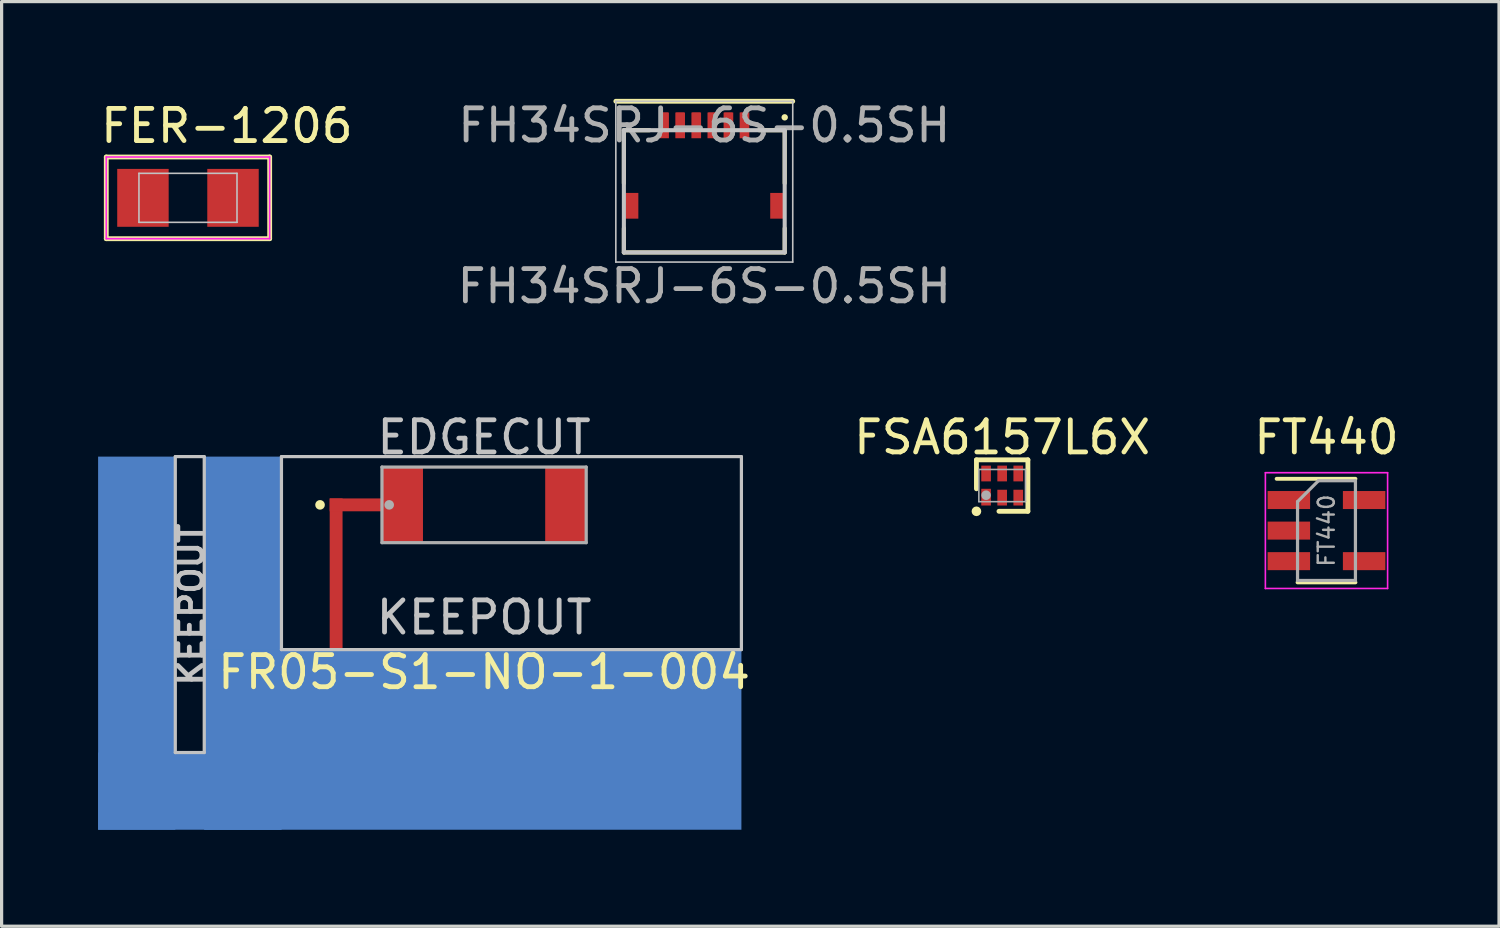
<source format=kicad_pcb>
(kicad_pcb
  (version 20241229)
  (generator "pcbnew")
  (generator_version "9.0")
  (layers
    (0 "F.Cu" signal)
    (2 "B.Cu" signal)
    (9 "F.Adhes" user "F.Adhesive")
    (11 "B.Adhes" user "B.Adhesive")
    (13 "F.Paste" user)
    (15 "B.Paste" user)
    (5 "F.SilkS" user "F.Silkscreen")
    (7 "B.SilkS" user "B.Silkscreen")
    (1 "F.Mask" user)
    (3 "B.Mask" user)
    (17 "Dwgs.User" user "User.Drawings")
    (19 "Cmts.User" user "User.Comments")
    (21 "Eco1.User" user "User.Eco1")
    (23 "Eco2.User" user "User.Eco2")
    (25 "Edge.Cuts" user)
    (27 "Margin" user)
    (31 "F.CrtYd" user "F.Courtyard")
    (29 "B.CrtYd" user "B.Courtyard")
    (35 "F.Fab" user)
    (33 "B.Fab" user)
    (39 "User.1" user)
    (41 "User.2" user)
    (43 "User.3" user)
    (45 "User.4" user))
  (footprint "FSA6157L6X"
    (layer "F.Cu")
    (at 28.107 12.046)
    (property "Reference" "FSA6157L6X" (at 0 -1.5 0) (layer "F.SilkS") (effects (font (size 1 1) (thickness 0.15))))
    (attr smd)
    (fp_line (start -0.8 -0.8) (end 0.8 -0.8) (stroke (width 0.15) (type solid)) (layer "F.SilkS"))
    (fp_line (start -0.8 0.1) (end -0.8 -0.8) (stroke (width 0.15) (type solid)) (layer "F.SilkS"))
    (fp_line (start 0.8 -0.8) (end 0.8 0.8) (stroke (width 0.15) (type solid)) (layer "F.SilkS"))
    (fp_line (start 0.8 0.8) (end -0.1 0.8) (stroke (width 0.15) (type solid)) (layer "F.SilkS"))
    (fp_circle (center -0.8 0.8) (end -0.8 0.875) (stroke (width 0.15) (type solid)) (fill no) (layer "F.SilkS"))
    (fp_line (start -0.725 -0.5) (end 0.725 -0.5) (stroke (width 0.05) (type solid)) (layer "F.Fab"))
    (fp_line (start -0.725 0.5) (end -0.725 -0.5) (stroke (width 0.05) (type solid)) (layer "F.Fab"))
    (fp_line (start 0.725 -0.5) (end 0.725 0.5) (stroke (width 0.05) (type solid)) (layer "F.Fab"))
    (fp_line (start 0.725 0.5) (end -0.725 0.5) (stroke (width 0.05) (type solid)) (layer "F.Fab"))
    (fp_circle (center -0.5 0.3) (end -0.425 0.3) (stroke (width 0.15) (type solid)) (fill no) (layer "F.Fab"))
    (pad "1" smd rect (at -0.5 0.36) (size 0.3 0.52) (layers "F.Cu" "F.Mask" "F.Paste"))
    (pad "2" smd rect (at 0 0.375) (size 0.3 0.49) (layers "F.Cu" "F.Mask" "F.Paste"))
    (pad "3" smd rect (at 0.5 0.375) (size 0.3 0.49) (layers "F.Cu" "F.Mask" "F.Paste"))
    (pad "4" smd rect (at 0.5 -0.375) (size 0.3 0.49) (layers "F.Cu" "F.Mask" "F.Paste"))
    (pad "5" smd rect (at 0 -0.375) (size 0.3 0.49) (layers "F.Cu" "F.Mask" "F.Paste"))
    (pad "6" smd rect (at -0.5 -0.375) (size 0.3 0.49) (layers "F.Cu" "F.Mask" "F.Paste")))
  (footprint "FT440"
    (layer "F.Cu")
    (at 38.19 13.446)
    (property "Reference" "FT440" (at 0 -2.9 0) (layer "F.SilkS") (effects (font (size 1 1) (thickness 0.15))))
    (attr smd)
    (fp_line (start -0.9 1.61) (end 0.9 1.61) (stroke (width 0.12) (type solid)) (layer "F.SilkS"))
    (fp_line (start 0.9 -1.61) (end -1.55 -1.61) (stroke (width 0.12) (type solid)) (layer "F.SilkS"))
    (fp_line (start -1.9 -1.8) (end 1.9 -1.8) (stroke (width 0.05) (type solid)) (layer "F.CrtYd"))
    (fp_line (start -1.9 1.8) (end -1.9 -1.8) (stroke (width 0.05) (type solid)) (layer "F.CrtYd"))
    (fp_line (start 1.9 -1.8) (end 1.9 1.8) (stroke (width 0.05) (type solid)) (layer "F.CrtYd"))
    (fp_line (start 1.9 1.8) (end -1.9 1.8) (stroke (width 0.05) (type solid)) (layer "F.CrtYd"))
    (fp_line (start -0.9 -0.9) (end -0.9 1.55) (stroke (width 0.1) (type solid)) (layer "F.Fab"))
    (fp_line (start -0.9 -0.9) (end -0.25 -1.55) (stroke (width 0.1) (type solid)) (layer "F.Fab"))
    (fp_line (start 0.9 -1.55) (end -0.25 -1.55) (stroke (width 0.1) (type solid)) (layer "F.Fab"))
    (fp_line (start 0.9 -1.55) (end 0.9 1.55) (stroke (width 0.1) (type solid)) (layer "F.Fab"))
    (fp_line (start 0.9 1.55) (end -0.9 1.55) (stroke (width 0.1) (type solid)) (layer "F.Fab"))
    (fp_text user "${REFERENCE}" (at 0 0 90) (layer "F.Fab") (effects (font (size 0.5 0.5) (thickness 0.075))))
    (pad "1" smd rect (at -1.17 -0.95) (size 1.32 0.56) (layers "F.Cu" "F.Mask" "F.Paste"))
    (pad "2" smd rect (at -1.17 0) (size 1.32 0.56) (layers "F.Cu" "F.Mask" "F.Paste"))
    (pad "3" smd rect (at -1.17 0.95) (size 1.32 0.56) (layers "F.Cu" "F.Mask" "F.Paste"))
    (pad "4" smd rect (at 1.17 0.95) (size 1.32 0.56) (layers "F.Cu" "F.Mask" "F.Paste"))
    (pad "5" smd rect (at 1.17 -0.95) (size 1.32 0.56) (layers "F.Cu" "F.Mask" "F.Paste")))
  (footprint "FER-1206"
    (layer "F.Cu")
    (at 2.794 3.101)
    (property "Reference" "FER-1206" (at -2.794 -1.651 0) (layer "F.SilkS") (effects (font (size 1 1) (thickness 0.15)) (justify left bottom)))
    (attr through_hole)
    (fp_line (start -2.54 -1.27) (end -2.54 1.27) (stroke (width 0.15) (type solid)) (layer "F.SilkS"))
    (fp_line (start -2.54 1.27) (end 2.54 1.27) (stroke (width 0.15) (type solid)) (layer "F.SilkS"))
    (fp_line (start 2.54 -1.27) (end -2.54 -1.27) (stroke (width 0.15) (type solid)) (layer "F.SilkS"))
    (fp_line (start 2.54 1.27) (end 2.54 -1.27) (stroke (width 0.15) (type solid)) (layer "F.SilkS"))
    (fp_line (start -1.524 -0.762) (end 1.524 -0.762) (stroke (width 0.05) (type solid)) (layer "Dwgs.User"))
    (fp_line (start -1.524 0.762) (end -1.524 -0.762) (stroke (width 0.05) (type solid)) (layer "Dwgs.User"))
    (fp_line (start 1.524 -0.762) (end 1.524 0.762) (stroke (width 0.05) (type solid)) (layer "Dwgs.User"))
    (fp_line (start 1.524 0.762) (end -1.524 0.762) (stroke (width 0.05) (type solid)) (layer "Dwgs.User"))
    (fp_line (start -2.54 -1.27) (end 2.54 -1.27) (stroke (width 0.05) (type solid)) (layer "F.CrtYd"))
    (fp_line (start -2.54 1.27) (end -2.54 -1.27) (stroke (width 0.05) (type solid)) (layer "F.CrtYd"))
    (fp_line (start 2.54 -1.27) (end 2.54 1.27) (stroke (width 0.05) (type solid)) (layer "F.CrtYd"))
    (fp_line (start 2.54 1.27) (end -2.54 1.27) (stroke (width 0.05) (type solid)) (layer "F.CrtYd"))
    (pad "1" smd rect (at -1.4 0) (size 1.6 1.8) (layers "F.Cu" "F.Mask" "F.Paste"))
    (pad "2" smd rect (at 1.4 0) (size 1.6 1.8) (layers "F.Cu" "F.Mask" "F.Paste")))
  (footprint "FH34SRJ-6S-0.5SH"
    (layer "F.Cu")
    (at 18.846 0.848)
    (property "Reference" "FH34SRJ-6S-0.5SH" (at 0 5 0) (layer "F.Fab") (effects (font (size 1.003 1.003) (thickness 0.15))))
    (attr smd)
    (fp_line (start -2.75 -0.75) (end 2.75 -0.75) (stroke (width 0.15) (type solid)) (layer "F.SilkS"))
    (fp_line (start -2.5 0.15) (end -2.5 1.8) (stroke (width 0.127) (type solid)) (layer "F.SilkS"))
    (fp_line (start -2.5 3.2) (end -2.5 3.95) (stroke (width 0.127) (type solid)) (layer "F.SilkS"))
    (fp_line (start -2.5 3.95) (end 2.5 3.95) (stroke (width 0.127) (type solid)) (layer "F.SilkS"))
    (fp_line (start -1.7 0.15) (end -2.5 0.15) (stroke (width 0.127) (type solid)) (layer "F.SilkS"))
    (fp_line (start 1.7 0.15) (end 2.5 0.15) (stroke (width 0.127) (type solid)) (layer "F.SilkS"))
    (fp_line (start 2.5 0.15) (end 2.5 1.8) (stroke (width 0.127) (type solid)) (layer "F.SilkS"))
    (fp_line (start 2.5 3.95) (end 2.5 3.2) (stroke (width 0.127) (type solid)) (layer "F.SilkS"))
    (fp_circle (center 2.5 -0.25) (end 2.55 -0.25) (stroke (width 0.1) (type solid)) (fill no) (layer "F.SilkS"))
    (fp_line (start -2.75 -0.75) (end 2.75 -0.75) (stroke (width 0.05) (type solid)) (layer "Dwgs.User"))
    (fp_line (start -2.75 4.25) (end -2.75 -0.75) (stroke (width 0.05) (type solid)) (layer "Dwgs.User"))
    (fp_line (start -2.5 0.15) (end 2.5 0.15) (stroke (width 0.127) (type solid)) (layer "Dwgs.User"))
    (fp_line (start -2.5 3.95) (end -2.5 0.15) (stroke (width 0.127) (type solid)) (layer "Dwgs.User"))
    (fp_line (start 2.5 0.15) (end 2.5 3.95) (stroke (width 0.127) (type solid)) (layer "Dwgs.User"))
    (fp_line (start 2.5 3.95) (end -2.5 3.95) (stroke (width 0.127) (type solid)) (layer "Dwgs.User"))
    (fp_line (start 2.75 -0.75) (end 2.75 4.25) (stroke (width 0.05) (type solid)) (layer "Dwgs.User"))
    (fp_line (start 2.75 4.25) (end -2.75 4.25) (stroke (width 0.05) (type solid)) (layer "Dwgs.User"))
    (fp_text user "${REFERENCE}" (at 0 0 0) (layer "F.Fab") (effects (font (size 1 1) (thickness 0.15))))
    (pad "1" smd rect (at 1.25 -0.075) (size 0.25 0.65) (layers "F.Cu" "F.Paste"))
    (pad "1" smd rect (at 1.25 0) (size 0.3 0.8) (layers "F.Cu" "F.Mask" "F.Paste"))
    (pad "2" smd rect (at 0.75 -0.075) (size 0.25 0.65) (layers "F.Cu" "F.Paste"))
    (pad "2" smd rect (at 0.75 0) (size 0.3 0.8) (layers "F.Cu" "F.Mask" "F.Paste"))
    (pad "3" smd rect (at 0.25 -0.075) (size 0.25 0.65) (layers "F.Cu" "F.Paste"))
    (pad "3" smd rect (at 0.25 0) (size 0.3 0.8) (layers "F.Cu" "F.Mask" "F.Paste"))
    (pad "4" smd rect (at -0.25 -0.075) (size 0.25 0.65) (layers "F.Cu" "F.Paste"))
    (pad "4" smd rect (at -0.25 0) (size 0.3 0.8) (layers "F.Cu" "F.Mask" "F.Paste"))
    (pad "5" smd rect (at -0.75 -0.075) (size 0.25 0.65) (layers "F.Cu" "F.Paste"))
    (pad "5" smd rect (at -0.75 0) (size 0.3 0.8) (layers "F.Cu" "F.Mask" "F.Paste"))
    (pad "6" smd rect (at -1.25 -0.075) (size 0.25 0.65) (layers "F.Cu" "F.Paste"))
    (pad "6" smd rect (at -1.25 0) (size 0.3 0.8) (layers "F.Cu" "F.Mask" "F.Paste"))
    (pad "7" smd rect (at -2.25 2.5) (size 0.4 0.8) (layers "F.Cu" "F.Mask" "F.Paste"))
    (pad "7" smd rect (at 2.25 2.5) (size 0.4 0.8) (layers "F.Cu" "F.Mask" "F.Paste")))
  (footprint "FR05-S1-NO-1-004"
    (layer "F.Cu")
    (at 12 12.646)
    (property "Reference" "FR05-S1-NO-1-004" (at 0 5.2 0) (layer "F.SilkS") (effects (font (size 1 1) (thickness 0.15))))
    (attr smd)
    (fp_circle (center -5.1 0) (end -5.025 0) (stroke (width 0.15) (type solid)) (fill no) (layer "F.SilkS"))
    (fp_line (start -9.6 -1.5) (end -9.6 7.7) (stroke (width 0.1) (type solid)) (layer "Dwgs.User"))
    (fp_line (start -9.6 7.7) (end -8.7 7.7) (stroke (width 0.1) (type solid)) (layer "Dwgs.User"))
    (fp_line (start -8.7 -1.5) (end -9.6 -1.5) (stroke (width 0.1) (type solid)) (layer "Dwgs.User"))
    (fp_line (start -8.7 7.7) (end -8.7 -1.5) (stroke (width 0.1) (type solid)) (layer "Dwgs.User"))
    (fp_line (start -6.3 -1.5) (end -6.3 4.5) (stroke (width 0.1) (type solid)) (layer "Dwgs.User"))
    (fp_line (start -6.3 4.5) (end 8 4.5) (stroke (width 0.1) (type solid)) (layer "Dwgs.User"))
    (fp_line (start 8 -1.5) (end -6.3 -1.5) (stroke (width 0.1) (type solid)) (layer "Dwgs.User"))
    (fp_line (start 8 4.5) (end 8 -1.5) (stroke (width 0.1) (type solid)) (layer "Dwgs.User"))
    (fp_line (start -3.175 -1.175) (end -3.175 1.175) (stroke (width 0.1) (type solid)) (layer "F.Fab"))
    (fp_line (start -3.175 1.175) (end 3.175 1.175) (stroke (width 0.1) (type solid)) (layer "F.Fab"))
    (fp_line (start 3.175 -1.175) (end -3.175 -1.175) (stroke (width 0.1) (type solid)) (layer "F.Fab"))
    (fp_line (start 3.175 1.175) (end 3.175 -1.175) (stroke (width 0.1) (type solid)) (layer "F.Fab"))
    (fp_circle (center -2.95 0) (end -2.875 0) (stroke (width 0.15) (type solid)) (fill no) (layer "F.Fab"))
    (fp_text user "KEEPOUT" (at 0 3.5 0) (layer "Dwgs.User") (effects (font (size 1 1) (thickness 0.15))))
    (fp_text user "KEEPOUT" (at -9.11 3.1 90) (layer "Dwgs.User") (effects (font (size 0.75 0.75) (thickness 0.15))))
    (fp_text user "EDGECUT" (at 0 -2.1 0) (layer "Dwgs.User") (effects (font (size 1 1) (thickness 0.15))))
    (pad "1" smd rect (at -4.6 2.836) (size 0.4 6.072) (layers "F.Cu"))
    (pad "1" smd rect (at -4.6 5.186) (size 1.372 1.372) (layers "F.Cu"))
    (pad "1" smd rect (at -3.35 0) (size 2.9 0.4) (layers "F.Cu"))
    (pad "1" smd rect (at -2.55 0) (size 1.3 2.4) (layers "F.Cu" "F.Mask" "F.Paste"))
    (pad "2" smd rect (at -10.8 4.3) (size 2.4 11.6) (layers "B.Cu"))
    (pad "2" smd rect (at -9.15 8.9) (size 5.7 2.4) (layers "B.Cu"))
    (pad "2" smd rect (at -7.5 4.3) (size 2.4 11.6) (layers "B.Cu"))
    (pad "2" smd rect (at -0.35 7.3) (size 16.7 5.6) (layers "B.Cu"))
    (pad "3" smd rect (at 2.55 0) (size 1.3 2.4) (layers "F.Cu" "F.Mask" "F.Paste")))
  (gr_rect
    (start -3 -3)
    (end 43.554 25.746)
    (stroke (width 0.1) (type default))
    (fill no)
    (layer "Edge.Cuts")))
</source>
